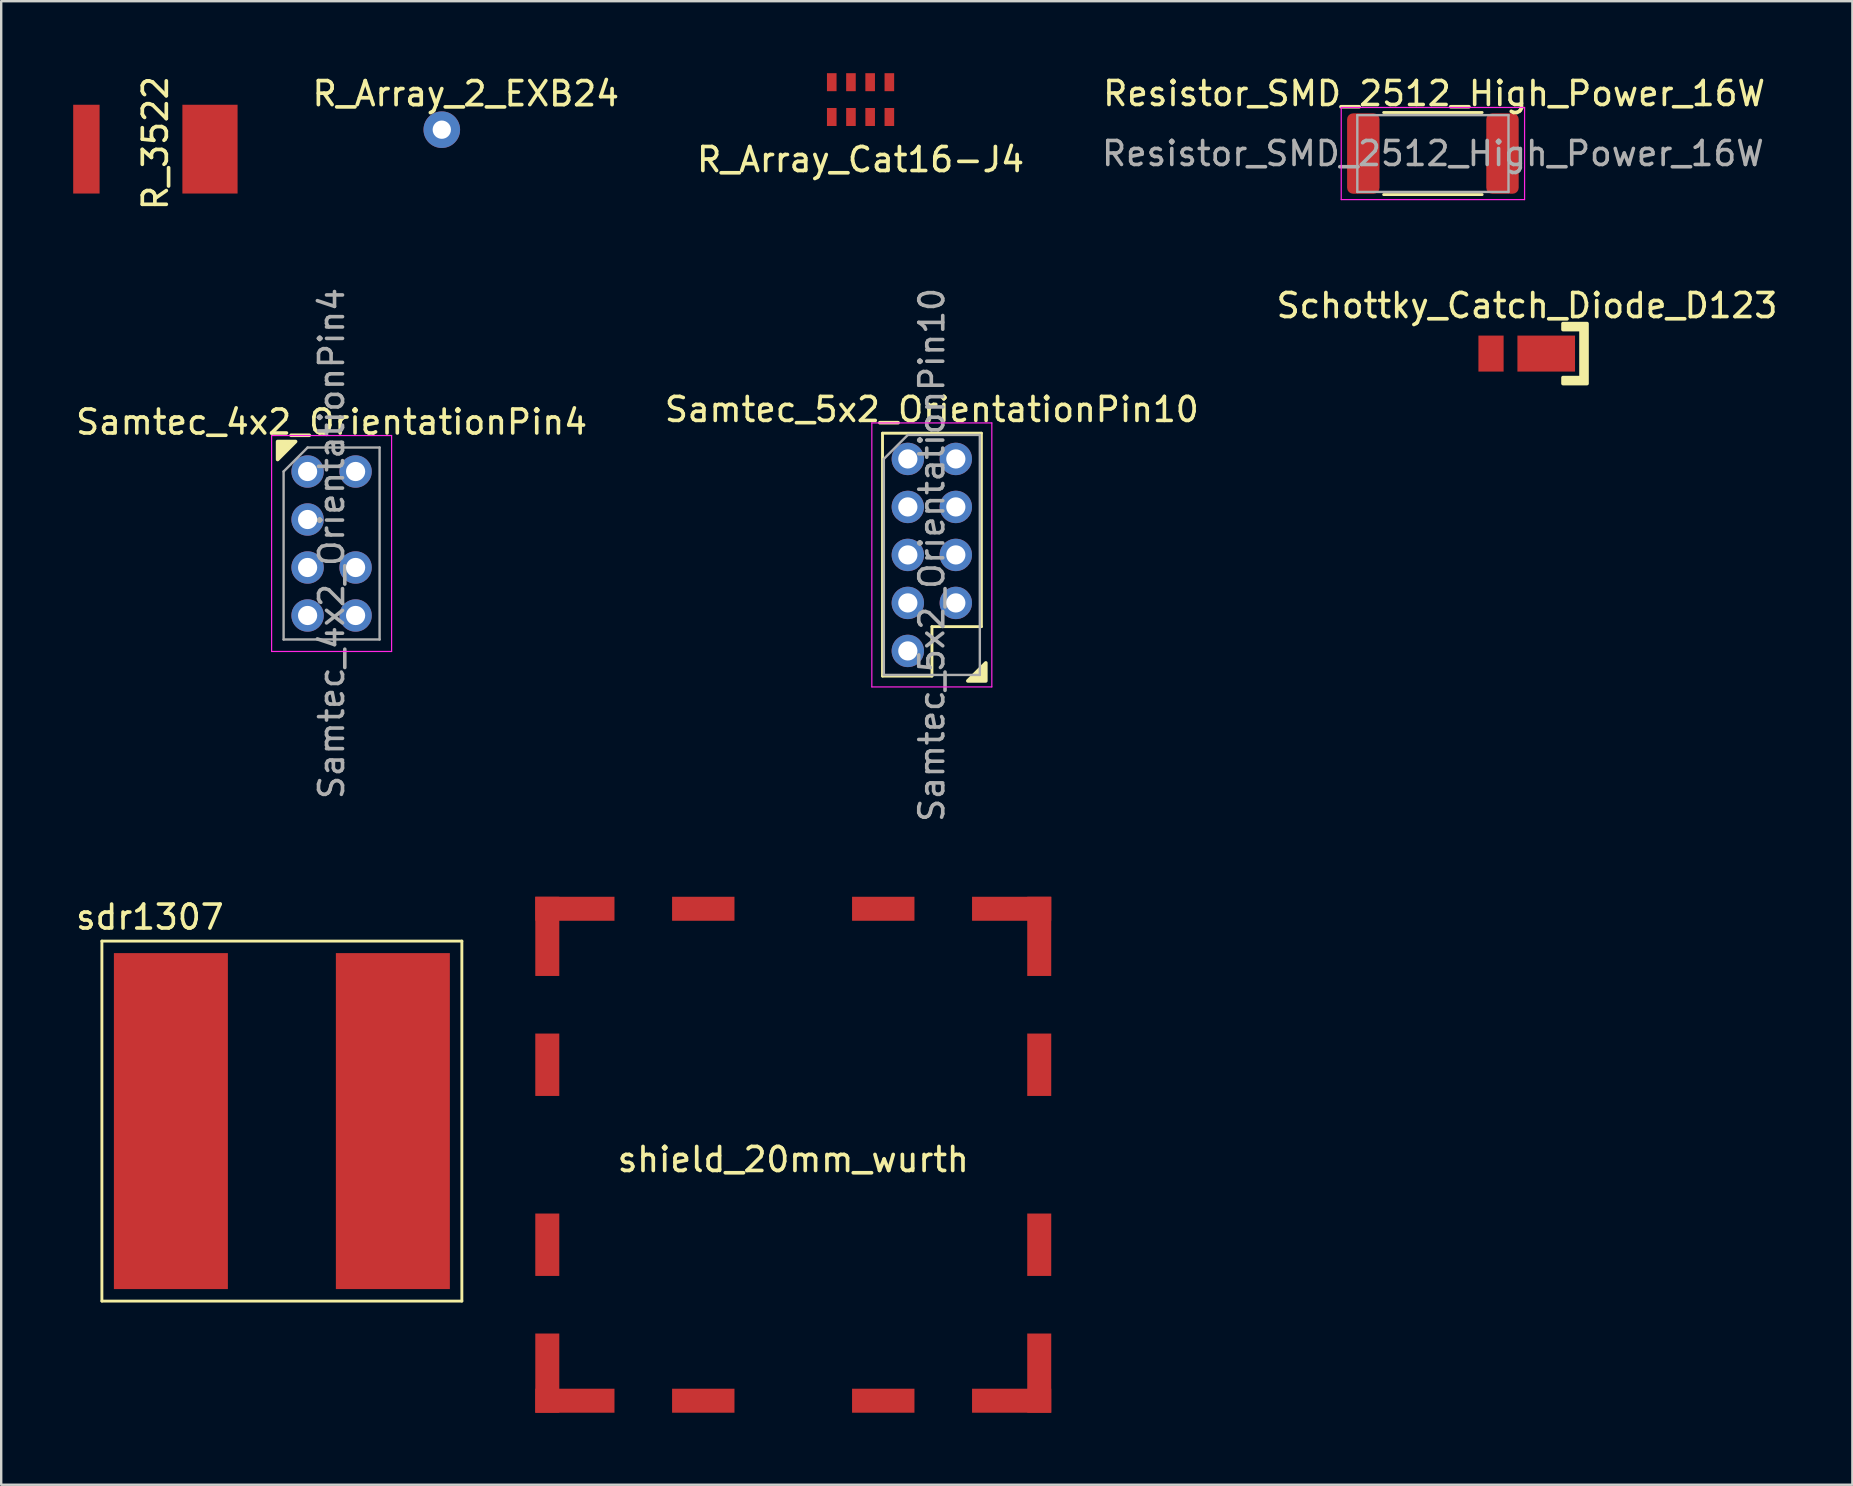
<source format=kicad_pcb>
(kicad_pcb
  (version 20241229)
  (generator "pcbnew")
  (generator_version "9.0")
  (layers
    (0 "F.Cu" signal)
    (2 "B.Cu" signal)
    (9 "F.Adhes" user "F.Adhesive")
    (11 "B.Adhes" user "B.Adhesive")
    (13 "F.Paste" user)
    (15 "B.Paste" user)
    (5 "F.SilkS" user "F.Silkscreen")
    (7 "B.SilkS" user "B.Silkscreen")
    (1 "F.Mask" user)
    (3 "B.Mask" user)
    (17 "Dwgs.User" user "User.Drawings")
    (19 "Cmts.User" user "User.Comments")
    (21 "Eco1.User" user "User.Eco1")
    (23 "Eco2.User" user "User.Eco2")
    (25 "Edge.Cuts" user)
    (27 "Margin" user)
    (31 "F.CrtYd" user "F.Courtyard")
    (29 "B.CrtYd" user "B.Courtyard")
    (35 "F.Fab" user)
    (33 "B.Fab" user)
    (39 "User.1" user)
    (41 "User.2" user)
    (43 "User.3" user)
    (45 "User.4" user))
  (footprint "R_3522"
    (layer "F.Cu")
    (at 3.425 3.165)
    (property "Reference" "R_3522" (at 0 -0.25 90) (layer "F.SilkS") (effects (font (size 1 1) (thickness 0.153))))
    (attr through_hole)
    (pad "1" smd rect (at -2.875 0) (size 1.1 3.7) (layers "F.Cu" "F.Mask" "F.Paste"))
    (pad "2" smd rect (at 2.275 0) (size 2.3 3.7) (layers "F.Cu" "F.Mask" "F.Paste")))
  (footprint "shield_20mm_wurth"
    (layer "F.Cu")
    (at 30.006 45.019)
    (property "Reference" "shield_20mm_wurth" (at 0 0.25 0) (layer "F.SilkS") (effects (font (size 1 1) (thickness 0.153))))
    (attr through_hole)
    (pad "1" smd rect (at -10.25 -9.05 90) (size 3.3 1) (layers "F.Cu" "F.Mask" "F.Paste"))
    (pad "1" smd rect (at -10.25 -3.7 90) (size 2.6 1) (layers "F.Cu" "F.Mask" "F.Paste"))
    (pad "1" smd rect (at -10.25 3.8 90) (size 2.6 1) (layers "F.Cu" "F.Mask" "F.Paste"))
    (pad "1" smd rect (at -10.25 9.15 90) (size 3.3 1) (layers "F.Cu" "F.Mask" "F.Paste"))
    (pad "1" smd rect (at -9.1 -10.2 180) (size 3.3 1) (layers "F.Cu" "F.Mask" "F.Paste"))
    (pad "1" smd rect (at -9.1 10.3) (size 3.3 1) (layers "F.Cu" "F.Mask" "F.Paste"))
    (pad "1" smd rect (at -3.75 -10.2) (size 2.6 1) (layers "F.Cu" "F.Mask" "F.Paste"))
    (pad "1" smd rect (at -3.75 10.3 180) (size 2.6 1) (layers "F.Cu" "F.Mask" "F.Paste"))
    (pad "1" smd rect (at 3.75 -10.2) (size 2.6 1) (layers "F.Cu" "F.Mask" "F.Paste"))
    (pad "1" smd rect (at 3.75 10.3 180) (size 2.6 1) (layers "F.Cu" "F.Mask" "F.Paste"))
    (pad "1" smd rect (at 9.1 -10.2 180) (size 3.3 1) (layers "F.Cu" "F.Mask" "F.Paste"))
    (pad "1" smd rect (at 9.1 10.3 180) (size 3.3 1) (layers "F.Cu" "F.Mask" "F.Paste"))
    (pad "1" smd rect (at 10.25 -9.05 270) (size 3.3 1) (layers "F.Cu" "F.Mask" "F.Paste"))
    (pad "1" smd rect (at 10.25 -3.7 90) (size 2.6 1) (layers "F.Cu" "F.Mask" "F.Paste"))
    (pad "1" smd rect (at 10.25 3.8 90) (size 2.6 1) (layers "F.Cu" "F.Mask" "F.Paste"))
    (pad "1" smd rect (at 10.25 9.15 90) (size 3.3 1) (layers "F.Cu" "F.Mask" "F.Paste")))
  (footprint "Samtec_4x2_OrientationPin4"
    (layer "F.Cu")
    (at 9.768 16.598)
    (property "Reference" "Samtec_4x2_OrientationPin4" (at 1 -2.06 0) (layer "F.SilkS") (effects (font (size 1 1) (thickness 0.15))))
    (attr through_hole)
    (fp_poly (pts (xy -1.25 -1.25) (xy -0.5 -1.25) (xy -1.25 -0.5)) (stroke (width 0.15) (type solid)) (fill yes) (layer "F.SilkS"))
    (fp_line (start -1.5 -1.5) (end -1.5 7.5) (stroke (width 0.05) (type solid)) (layer "F.CrtYd"))
    (fp_line (start -1.5 7.5) (end 3.5 7.5) (stroke (width 0.05) (type solid)) (layer "F.CrtYd"))
    (fp_line (start 3.5 -1.5) (end -1.5 -1.5) (stroke (width 0.05) (type solid)) (layer "F.CrtYd"))
    (fp_line (start 3.5 7.5) (end 3.5 -1.5) (stroke (width 0.05) (type solid)) (layer "F.CrtYd"))
    (fp_line (start -1 0) (end 0 -1) (stroke (width 0.1) (type solid)) (layer "F.Fab"))
    (fp_line (start -1 7) (end -1 0) (stroke (width 0.1) (type solid)) (layer "F.Fab"))
    (fp_line (start 0 -1) (end 3 -1) (stroke (width 0.1) (type solid)) (layer "F.Fab"))
    (fp_line (start 3 -1) (end 3 7) (stroke (width 0.1) (type solid)) (layer "F.Fab"))
    (fp_line (start 3 7) (end -1 7) (stroke (width 0.1) (type solid)) (layer "F.Fab"))
    (fp_text user "${REFERENCE}" (at 1 3 90) (layer "F.Fab") (effects (font (size 1 1) (thickness 0.15))))
    (pad "1" thru_hole circle (at 0 0) (size 1.35 1.35) (drill 0.8) (layers "*.Cu" "*.Mask"))
    (pad "2" thru_hole oval (at 2 0) (size 1.35 1.35) (drill 0.8) (layers "*.Cu" "*.Mask"))
    (pad "3" thru_hole oval (at 0 2) (size 1.35 1.35) (drill 0.8) (layers "*.Cu" "*.Mask"))
    (pad "4" thru_hole oval (at 0 4) (size 1.35 1.35) (drill 0.8) (layers "*.Cu" "*.Mask"))
    (pad "5" thru_hole oval (at 2 4) (size 1.35 1.35) (drill 0.8) (layers "*.Cu" "*.Mask"))
    (pad "6" thru_hole oval (at 0 6) (size 1.35 1.35) (drill 0.8) (layers "*.Cu" "*.Mask"))
    (pad "7" thru_hole oval (at 2 6) (size 1.35 1.35) (drill 0.8) (layers "*.Cu" "*.Mask")))
  (footprint "Resistor_SMD_2512_High_Power_16W"
    (layer "F.Cu")
    (at 56.66 3.348)
    (property "Reference" "Resistor_SMD_2512_High_Power_16W" (at 0.05 -2.5 180) (layer "F.SilkS") (effects (font (size 1 1) (thickness 0.15))))
    (attr smd)
    (fp_line (start -2.052 -1.71) (end 2.052 -1.71) (stroke (width 0.12) (type solid)) (layer "F.SilkS"))
    (fp_line (start -2.052 1.71) (end 2.052 1.71) (stroke (width 0.12) (type solid)) (layer "F.SilkS"))
    (fp_line (start -3.82 -1.92) (end 3.82 -1.92) (stroke (width 0.05) (type solid)) (layer "F.CrtYd"))
    (fp_line (start -3.82 1.92) (end -3.82 -1.92) (stroke (width 0.05) (type solid)) (layer "F.CrtYd"))
    (fp_line (start 3.82 -1.92) (end 3.82 1.92) (stroke (width 0.05) (type solid)) (layer "F.CrtYd"))
    (fp_line (start 3.82 1.92) (end -3.82 1.92) (stroke (width 0.05) (type solid)) (layer "F.CrtYd"))
    (fp_line (start -3.15 -1.6) (end 3.15 -1.6) (stroke (width 0.1) (type solid)) (layer "F.Fab"))
    (fp_line (start -3.15 1.6) (end -3.15 -1.6) (stroke (width 0.1) (type solid)) (layer "F.Fab"))
    (fp_line (start 3.15 -1.6) (end 3.15 1.6) (stroke (width 0.1) (type solid)) (layer "F.Fab"))
    (fp_line (start 3.15 1.6) (end -3.15 1.6) (stroke (width 0.1) (type solid)) (layer "F.Fab"))
    (fp_text user "${REFERENCE}" (at 0 0 0) (layer "F.Fab") (effects (font (size 1 1) (thickness 0.15))))
    (pad "1" smd roundrect (at -2.9 0) (size 1.35 3.35) (layers "F.Cu" "F.Mask" "F.Paste") (roundrect_rratio 0.185))
    (pad "2" smd roundrect (at 2.9 0) (size 1.35 3.35) (layers "F.Cu" "F.Mask" "F.Paste") (roundrect_rratio 0.185)))
  (footprint "Schottky_Catch_Diode_D123"
    (layer "F.Cu")
    (at 60.582 11.684)
    (property "Reference" "Schottky_Catch_Diode_D123" (at 0 -2 0) (layer "F.SilkS") (effects (font (size 1 1) (thickness 0.153))))
    (attr through_hole)
    (fp_poly (pts (xy 1.5 -1) (xy 1.5 -1.25) (xy 2.5 -1.25) (xy 2.5 1.25) (xy 1.5 1.25) (xy 1.5 1) (xy 2.25 1) (xy 2.25 -1)) (stroke (width 0.15) (type solid)) (fill yes) (layer "F.SilkS"))
    (pad "1" smd rect (at 0.8 0) (size 2.4 1.5) (layers "F.Cu" "F.Mask" "F.Paste"))
    (pad "2" smd rect (at -1.5 0) (size 1.05 1.5) (layers "F.Cu" "F.Mask" "F.Paste")))
  (footprint "R_Array_Cat16-J4"
    (layer "F.Cu")
    (at 32.81 1.1)
    (property "Reference" "R_Array_Cat16-J4" (at 0 2.5 0) (layer "F.SilkS") (effects (font (size 1 1) (thickness 0.153))))
    (attr through_hole)
    (pad "1" smd rect (at -1.2 -0.725) (size 0.4 0.75) (layers "F.Cu" "F.Mask" "F.Paste"))
    (pad "2" smd rect (at -0.4 -0.725) (size 0.4 0.75) (layers "F.Cu" "F.Mask" "F.Paste"))
    (pad "3" smd rect (at 0.4 -0.725) (size 0.4 0.75) (layers "F.Cu" "F.Mask" "F.Paste"))
    (pad "4" smd rect (at 1.2 -0.725) (size 0.4 0.75) (layers "F.Cu" "F.Mask" "F.Paste"))
    (pad "5" smd rect (at 1.2 0.725) (size 0.4 0.75) (layers "F.Cu" "F.Mask" "F.Paste"))
    (pad "6" smd rect (at 0.4 0.725) (size 0.4 0.75) (layers "F.Cu" "F.Mask" "F.Paste"))
    (pad "7" smd rect (at -0.4 0.725) (size 0.4 0.75) (layers "F.Cu" "F.Mask" "F.Paste"))
    (pad "8" smd rect (at -1.2 0.725) (size 0.4 0.75) (layers "F.Cu" "F.Mask" "F.Paste")))
  (footprint "sdr1307"
    (layer "F.Cu")
    (at 8.696 43.667)
    (property "Reference" "sdr1307" (at -5.5 -8.5 0) (layer "F.SilkS") (effects (font (size 1 1) (thickness 0.15))))
    (attr through_hole)
    (fp_line (start -7.5 -7.5) (end 7.5 -7.5) (stroke (width 0.12) (type solid)) (layer "F.SilkS"))
    (fp_line (start -7.5 7.5) (end -7.5 -7.5) (stroke (width 0.12) (type solid)) (layer "F.SilkS"))
    (fp_line (start 7.5 -7.5) (end 7.5 7.5) (stroke (width 0.12) (type solid)) (layer "F.SilkS"))
    (fp_line (start 7.5 7.5) (end -7.5 7.5) (stroke (width 0.12) (type solid)) (layer "F.SilkS"))
    (pad "1" smd rect (at -4.625 0) (size 4.75 14) (layers "F.Cu" "F.Mask" "F.Paste"))
    (pad "2" smd rect (at 4.625 0) (size 4.75 14) (layers "F.Cu" "F.Mask" "F.Paste")))
  (footprint "Samtec_5x2_OrientationPin10"
    (layer "F.Cu")
    (at 34.78 16.074)
    (property "Reference" "Samtec_5x2_OrientationPin10" (at 1 -2.06 0) (layer "F.SilkS") (effects (font (size 1 1) (thickness 0.15))))
    (attr through_hole)
    (fp_line (start -1.055 9.048) (end -1.055 -1.072) (stroke (width 0.12) (type solid)) (layer "F.SilkS"))
    (fp_line (start 1.005 6.988) (end 1.005 9.048) (stroke (width 0.12) (type solid)) (layer "F.SilkS"))
    (fp_line (start 1.005 9.048) (end -1.055 9.048) (stroke (width 0.12) (type solid)) (layer "F.SilkS"))
    (fp_line (start 3.065 -1.072) (end -1.055 -1.072) (stroke (width 0.12) (type solid)) (layer "F.SilkS"))
    (fp_line (start 3.065 6.988) (end 1.005 6.988) (stroke (width 0.12) (type solid)) (layer "F.SilkS"))
    (fp_line (start 3.065 6.988) (end 3.065 -1.072) (stroke (width 0.12) (type solid)) (layer "F.SilkS"))
    (fp_poly (pts (xy 3.25 9.25) (xy 3.25 8.5) (xy 2.5 9.25)) (stroke (width 0.15) (type solid)) (fill yes) (layer "F.SilkS"))
    (fp_line (start -1.5 -1.5) (end -1.5 9.5) (stroke (width 0.05) (type solid)) (layer "F.CrtYd"))
    (fp_line (start -1.5 9.5) (end 3.5 9.5) (stroke (width 0.05) (type solid)) (layer "F.CrtYd"))
    (fp_line (start 3.5 -1.5) (end -1.5 -1.5) (stroke (width 0.05) (type solid)) (layer "F.CrtYd"))
    (fp_line (start 3.5 9.5) (end 3.5 -1.5) (stroke (width 0.05) (type solid)) (layer "F.CrtYd"))
    (fp_line (start -1 0) (end 0 -1) (stroke (width 0.1) (type solid)) (layer "F.Fab"))
    (fp_line (start -1 9) (end -1 0) (stroke (width 0.1) (type solid)) (layer "F.Fab"))
    (fp_line (start 0 -1) (end 3 -1) (stroke (width 0.1) (type solid)) (layer "F.Fab"))
    (fp_line (start 3 -1) (end 3 9) (stroke (width 0.1) (type solid)) (layer "F.Fab"))
    (fp_line (start 3 9) (end -1 9) (stroke (width 0.1) (type solid)) (layer "F.Fab"))
    (fp_text user "${REFERENCE}" (at 1 4 90) (layer "F.Fab") (effects (font (size 1 1) (thickness 0.15))))
    (pad "1" thru_hole circle (at 0 0) (size 1.35 1.35) (drill 0.8) (layers "*.Cu" "*.Mask"))
    (pad "2" thru_hole oval (at 2 0) (size 1.35 1.35) (drill 0.8) (layers "*.Cu" "*.Mask"))
    (pad "3" thru_hole oval (at 0 2) (size 1.35 1.35) (drill 0.8) (layers "*.Cu" "*.Mask"))
    (pad "4" thru_hole oval (at 2 2) (size 1.35 1.35) (drill 0.8) (layers "*.Cu" "*.Mask"))
    (pad "5" thru_hole oval (at 0 4) (size 1.35 1.35) (drill 0.8) (layers "*.Cu" "*.Mask"))
    (pad "6" thru_hole oval (at 2 4) (size 1.35 1.35) (drill 0.8) (layers "*.Cu" "*.Mask"))
    (pad "7" thru_hole oval (at 0 6) (size 1.35 1.35) (drill 0.8) (layers "*.Cu" "*.Mask"))
    (pad "8" thru_hole oval (at 2 6) (size 1.35 1.35) (drill 0.8) (layers "*.Cu" "*.Mask"))
    (pad "9" thru_hole oval (at 0 8) (size 1.35 1.35) (drill 0.8) (layers "*.Cu" "*.Mask")))
  (footprint "R_Array_2_EXB24"
    (layer "F.Cu")
    (at 16.36 3.854)
    (property "Reference" "R_Array_2_EXB24" (at 0 -3 0) (layer "F.SilkS") (effects (font (size 1 1) (thickness 0.153))))
    (attr through_hole)
    (pad "1" thru_hole circle (at -1 -1.5) (size 1.524 1.524) (drill 0.762) (layers "*.Cu" "*.Mask")))
  (gr_rect
    (start -3 -3)
    (end 74.14 58.819)
    (stroke (width 0.1) (type default))
    (fill no)
    (layer "Edge.Cuts")))
</source>
